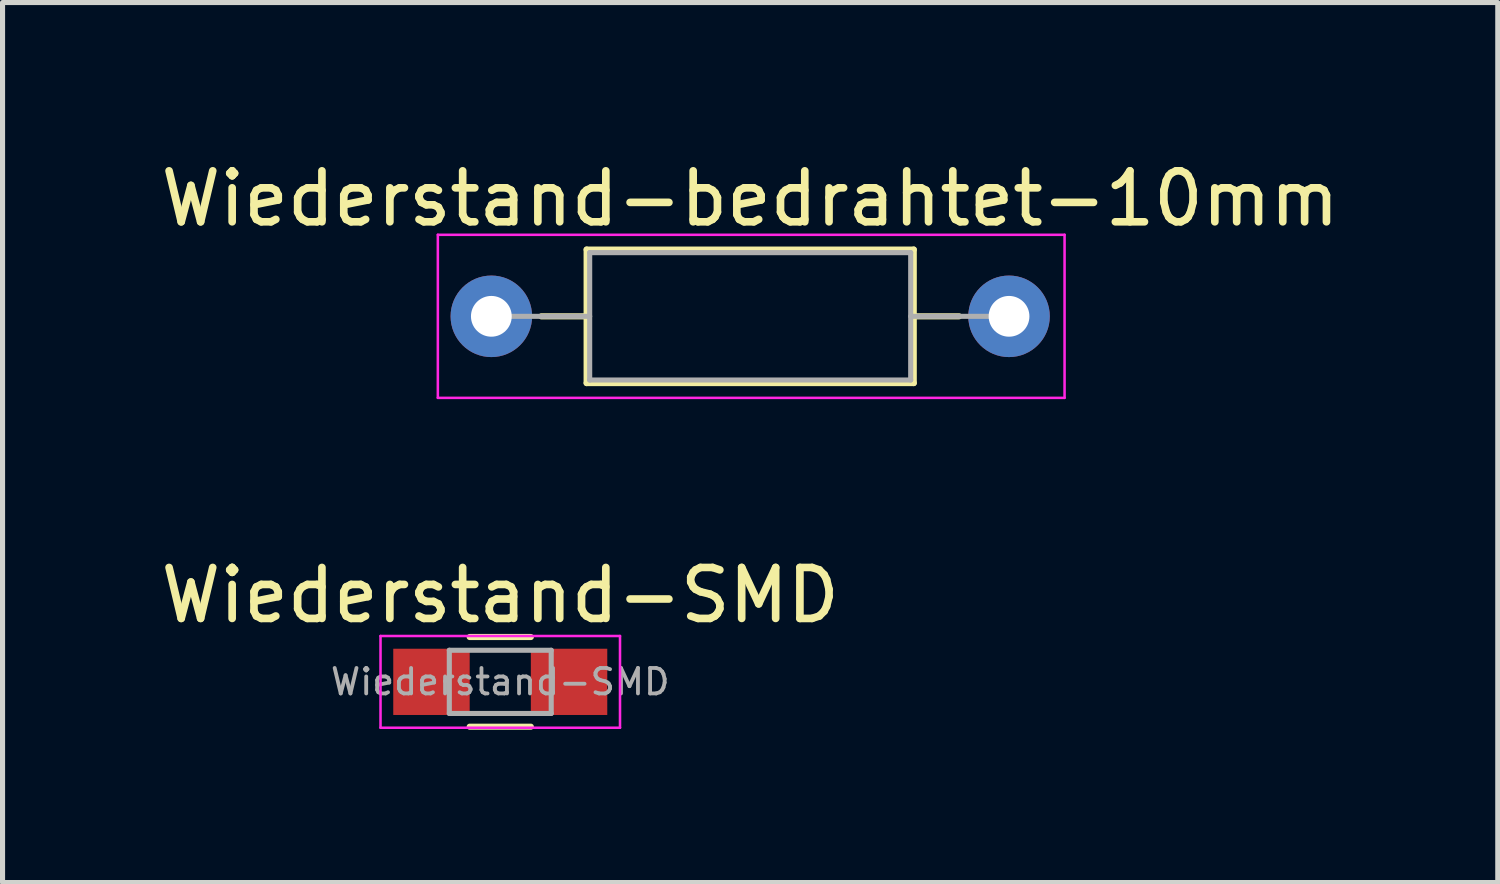
<source format=kicad_pcb>
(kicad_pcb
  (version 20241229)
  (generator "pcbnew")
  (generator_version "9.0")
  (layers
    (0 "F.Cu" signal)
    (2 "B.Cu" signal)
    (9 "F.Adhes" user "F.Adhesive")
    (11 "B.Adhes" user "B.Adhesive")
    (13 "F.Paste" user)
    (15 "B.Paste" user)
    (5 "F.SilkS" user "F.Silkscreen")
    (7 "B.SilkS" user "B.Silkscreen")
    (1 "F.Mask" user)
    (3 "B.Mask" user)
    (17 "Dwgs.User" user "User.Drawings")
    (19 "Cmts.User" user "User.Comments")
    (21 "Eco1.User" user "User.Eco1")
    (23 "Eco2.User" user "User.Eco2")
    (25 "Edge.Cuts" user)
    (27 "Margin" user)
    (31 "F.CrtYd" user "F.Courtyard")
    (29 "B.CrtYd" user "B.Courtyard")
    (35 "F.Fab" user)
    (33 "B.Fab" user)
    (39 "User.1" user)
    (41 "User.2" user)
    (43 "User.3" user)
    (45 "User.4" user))
  (footprint "Wiederstand-bedrahtet-10mm"
    (layer "F.Cu")
    (at 6.593 3.158)
    (property "Reference" "Wiederstand-bedrahtet-10mm" (at 5.08 -2.31 0) (layer "F.SilkS") (effects (font (size 1 1) (thickness 0.15))))
    (attr through_hole)
    (fp_line (start 0.98 0) (end 1.87 0) (stroke (width 0.12) (type solid)) (layer "F.SilkS"))
    (fp_line (start 1.87 -1.31) (end 1.87 1.31) (stroke (width 0.12) (type solid)) (layer "F.SilkS"))
    (fp_line (start 1.87 1.31) (end 8.29 1.31) (stroke (width 0.12) (type solid)) (layer "F.SilkS"))
    (fp_line (start 8.29 -1.31) (end 1.87 -1.31) (stroke (width 0.12) (type solid)) (layer "F.SilkS"))
    (fp_line (start 8.29 1.31) (end 8.29 -1.31) (stroke (width 0.12) (type solid)) (layer "F.SilkS"))
    (fp_line (start 9.18 0) (end 8.29 0) (stroke (width 0.12) (type solid)) (layer "F.SilkS"))
    (fp_line (start -1.05 -1.6) (end -1.05 1.6) (stroke (width 0.05) (type solid)) (layer "F.CrtYd"))
    (fp_line (start -1.05 1.6) (end 11.25 1.6) (stroke (width 0.05) (type solid)) (layer "F.CrtYd"))
    (fp_line (start 11.25 -1.6) (end -1.05 -1.6) (stroke (width 0.05) (type solid)) (layer "F.CrtYd"))
    (fp_line (start 11.25 1.6) (end 11.25 -1.6) (stroke (width 0.05) (type solid)) (layer "F.CrtYd"))
    (fp_line (start 0 0) (end 1.93 0) (stroke (width 0.1) (type solid)) (layer "F.Fab"))
    (fp_line (start 1.93 -1.25) (end 1.93 1.25) (stroke (width 0.1) (type solid)) (layer "F.Fab"))
    (fp_line (start 1.93 1.25) (end 8.23 1.25) (stroke (width 0.1) (type solid)) (layer "F.Fab"))
    (fp_line (start 8.23 -1.25) (end 1.93 -1.25) (stroke (width 0.1) (type solid)) (layer "F.Fab"))
    (fp_line (start 8.23 1.25) (end 8.23 -1.25) (stroke (width 0.1) (type solid)) (layer "F.Fab"))
    (fp_line (start 10.16 0) (end 8.23 0) (stroke (width 0.1) (type solid)) (layer "F.Fab"))
    (pad "1" thru_hole circle (at 0 0) (size 1.6 1.6) (drill 0.8) (layers "*.Cu" "*.Mask"))
    (pad "2" thru_hole oval (at 10.16 0) (size 1.6 1.6) (drill 0.8) (layers "*.Cu" "*.Mask")))
  (footprint "Wiederstand-SMD"
    (layer "F.Cu")
    (at 6.768 10.332)
    (property "Reference" "Wiederstand-SMD" (at 0 -1.7 0) (layer "F.SilkS") (effects (font (size 1 1) (thickness 0.15))))
    (attr smd)
    (fp_line (start -0.6 -0.88) (end 0.6 -0.88) (stroke (width 0.12) (type solid)) (layer "F.SilkS"))
    (fp_line (start 0.6 0.88) (end -0.6 0.88) (stroke (width 0.12) (type solid)) (layer "F.SilkS"))
    (fp_line (start -2.35 -0.9) (end -2.35 0.9) (stroke (width 0.05) (type solid)) (layer "F.CrtYd"))
    (fp_line (start -2.35 -0.9) (end 2.35 -0.9) (stroke (width 0.05) (type solid)) (layer "F.CrtYd"))
    (fp_line (start 2.35 0.9) (end -2.35 0.9) (stroke (width 0.05) (type solid)) (layer "F.CrtYd"))
    (fp_line (start 2.35 0.9) (end 2.35 -0.9) (stroke (width 0.05) (type solid)) (layer "F.CrtYd"))
    (fp_line (start -1 -0.62) (end 1 -0.62) (stroke (width 0.1) (type solid)) (layer "F.Fab"))
    (fp_line (start -1 0.62) (end -1 -0.62) (stroke (width 0.1) (type solid)) (layer "F.Fab"))
    (fp_line (start 1 -0.62) (end 1 0.62) (stroke (width 0.1) (type solid)) (layer "F.Fab"))
    (fp_line (start 1 0.62) (end -1 0.62) (stroke (width 0.1) (type solid)) (layer "F.Fab"))
    (fp_text user "${REFERENCE}" (at 0 0 0) (layer "F.Fab") (effects (font (size 0.5 0.5) (thickness 0.075))))
    (pad "1" smd rect (at -1.35 0) (size 1.5 1.3) (layers "F.Cu" "F.Mask" "F.Paste"))
    (pad "2" smd rect (at 1.35 0) (size 1.5 1.3) (layers "F.Cu" "F.Mask" "F.Paste")))
  (gr_rect
    (start -3 -3)
    (end 26.345 14.271)
    (stroke (width 0.1) (type default))
    (fill no)
    (layer "Edge.Cuts")))
</source>
